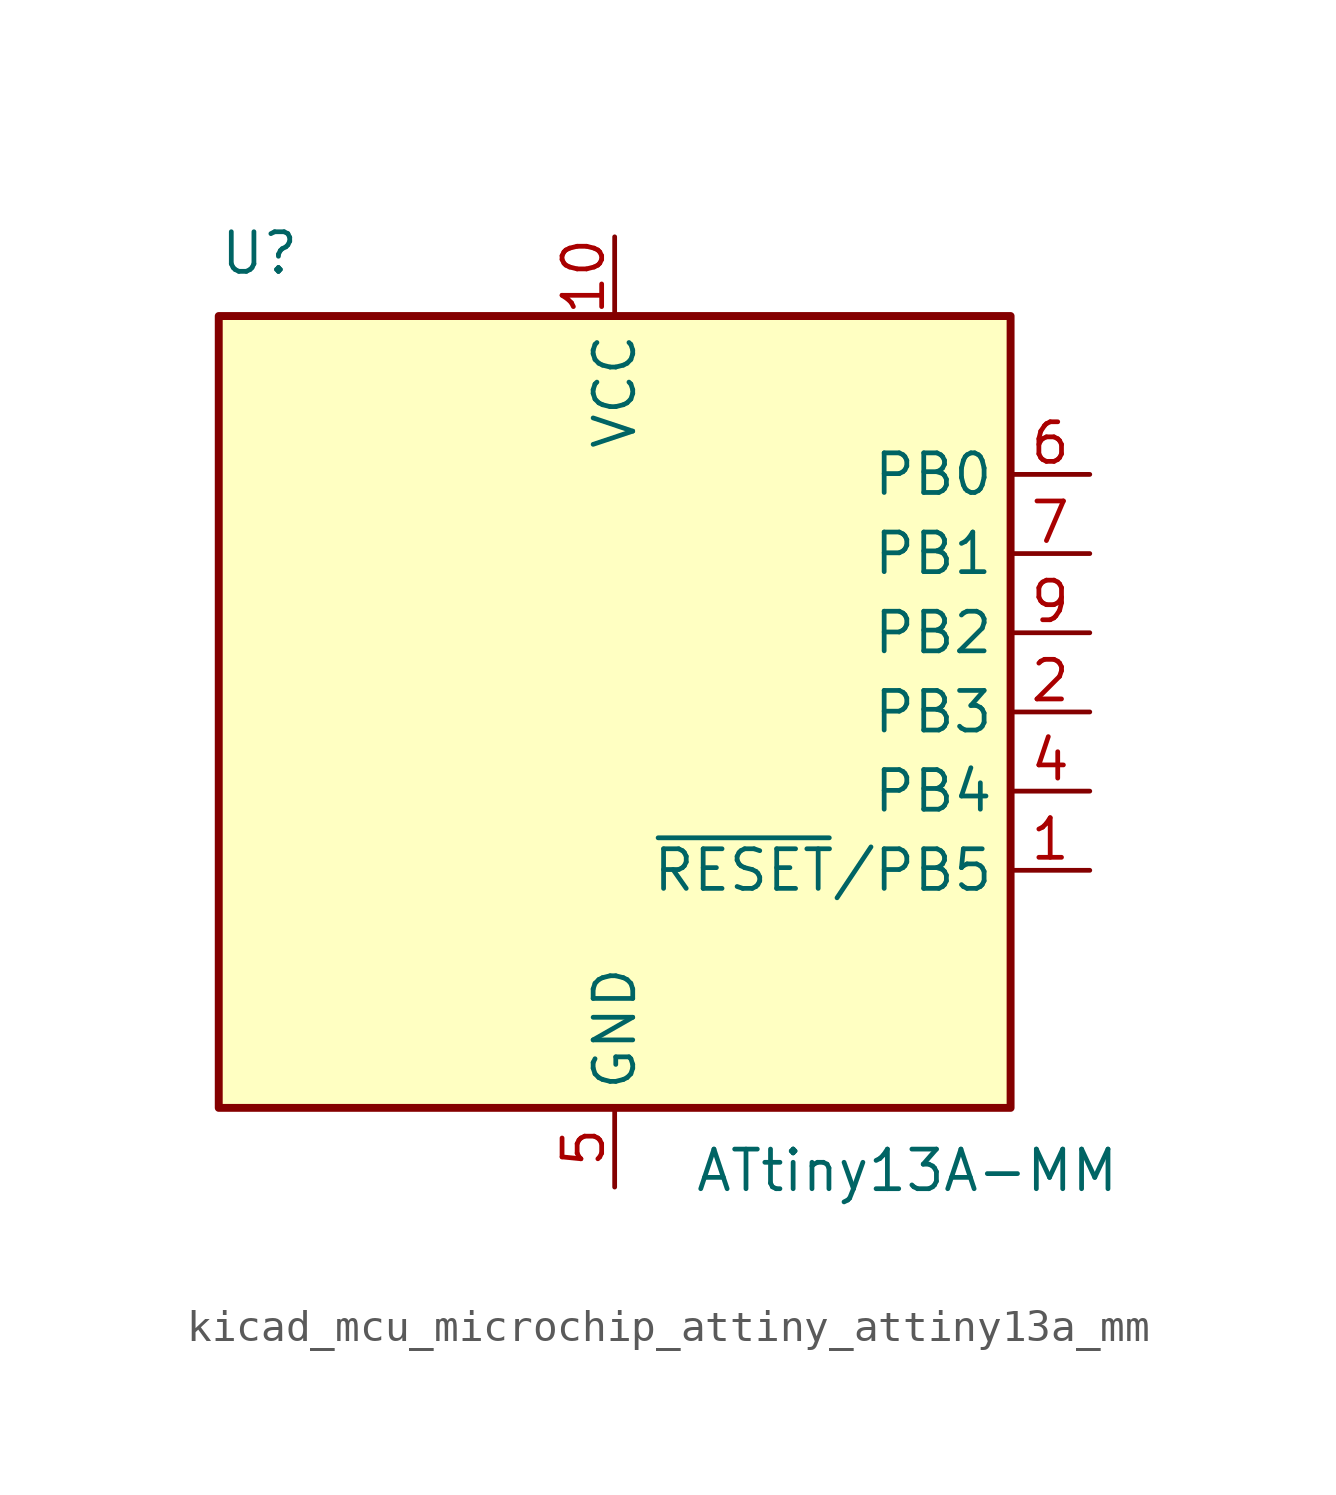
<source format=kicad_sym>
(kicad_symbol_lib
  (version 20220914)
  (generator kicad_symbol_editor)
  (symbol "kicad_mcu_microchip_attiny_attiny13a_mm"
    (property "Reference" "U"
      (at -12.7 13.97 0)
      (effects (font (size 1.27 1.27)) (justify left bottom)))
    (property "Value" "ATtiny13A-MM"
      (at 2.54 -13.97 0)
      (effects (font (size 1.27 1.27)) (justify left top)))
    (symbol "kicad_mcu_microchip_attiny_attiny13a_mm_0_1"
      (rectangle (start -12.7 -12.7) (end 12.7 12.7) (stroke (width 0.254) (type default)) (fill (type background))))
    (symbol "kicad_mcu_microchip_attiny_attiny13a_mm_1_1"
      (pin bidirectional line (at 15.24 -5.08 180) (length 2.54) (name "~{RESET}/PB5" (effects (font (size 1.27 1.27)))) (number "1" (effects (font (size 1.27 1.27)))))
      (pin power_in line (at 0 15.24 270) (length 2.54) (name "VCC" (effects (font (size 1.27 1.27)))) (number "10" (effects (font (size 1.27 1.27)))))
      (pin passive line (at 0 -15.24 90) (length 2.54) hide (name "GND" (effects (font (size 1.27 1.27)))) (number "11" (effects (font (size 1.27 1.27)))))
      (pin bidirectional line (at 15.24 0 180) (length 2.54) (name "PB3" (effects (font (size 1.27 1.27)))) (number "2" (effects (font (size 1.27 1.27)))))
      (pin no_connect line (at -12.7 -7.62 0) (length 2.54) hide (name "NC" (effects (font (size 1.27 1.27)))) (number "3" (effects (font (size 1.27 1.27)))))
      (pin bidirectional line (at 15.24 -2.54 180) (length 2.54) (name "PB4" (effects (font (size 1.27 1.27)))) (number "4" (effects (font (size 1.27 1.27)))))
      (pin power_in line (at 0 -15.24 90) (length 2.54) (name "GND" (effects (font (size 1.27 1.27)))) (number "5" (effects (font (size 1.27 1.27)))))
      (pin bidirectional line (at 15.24 7.62 180) (length 2.54) (name "PB0" (effects (font (size 1.27 1.27)))) (number "6" (effects (font (size 1.27 1.27)))))
      (pin bidirectional line (at 15.24 5.08 180) (length 2.54) (name "PB1" (effects (font (size 1.27 1.27)))) (number "7" (effects (font (size 1.27 1.27)))))
      (pin no_connect line (at -12.7 -10.16 0) (length 2.54) hide (name "NC" (effects (font (size 1.27 1.27)))) (number "8" (effects (font (size 1.27 1.27)))))
      (pin bidirectional line (at 15.24 2.54 180) (length 2.54) (name "PB2" (effects (font (size 1.27 1.27)))) (number "9" (effects (font (size 1.27 1.27))))))))
</source>
